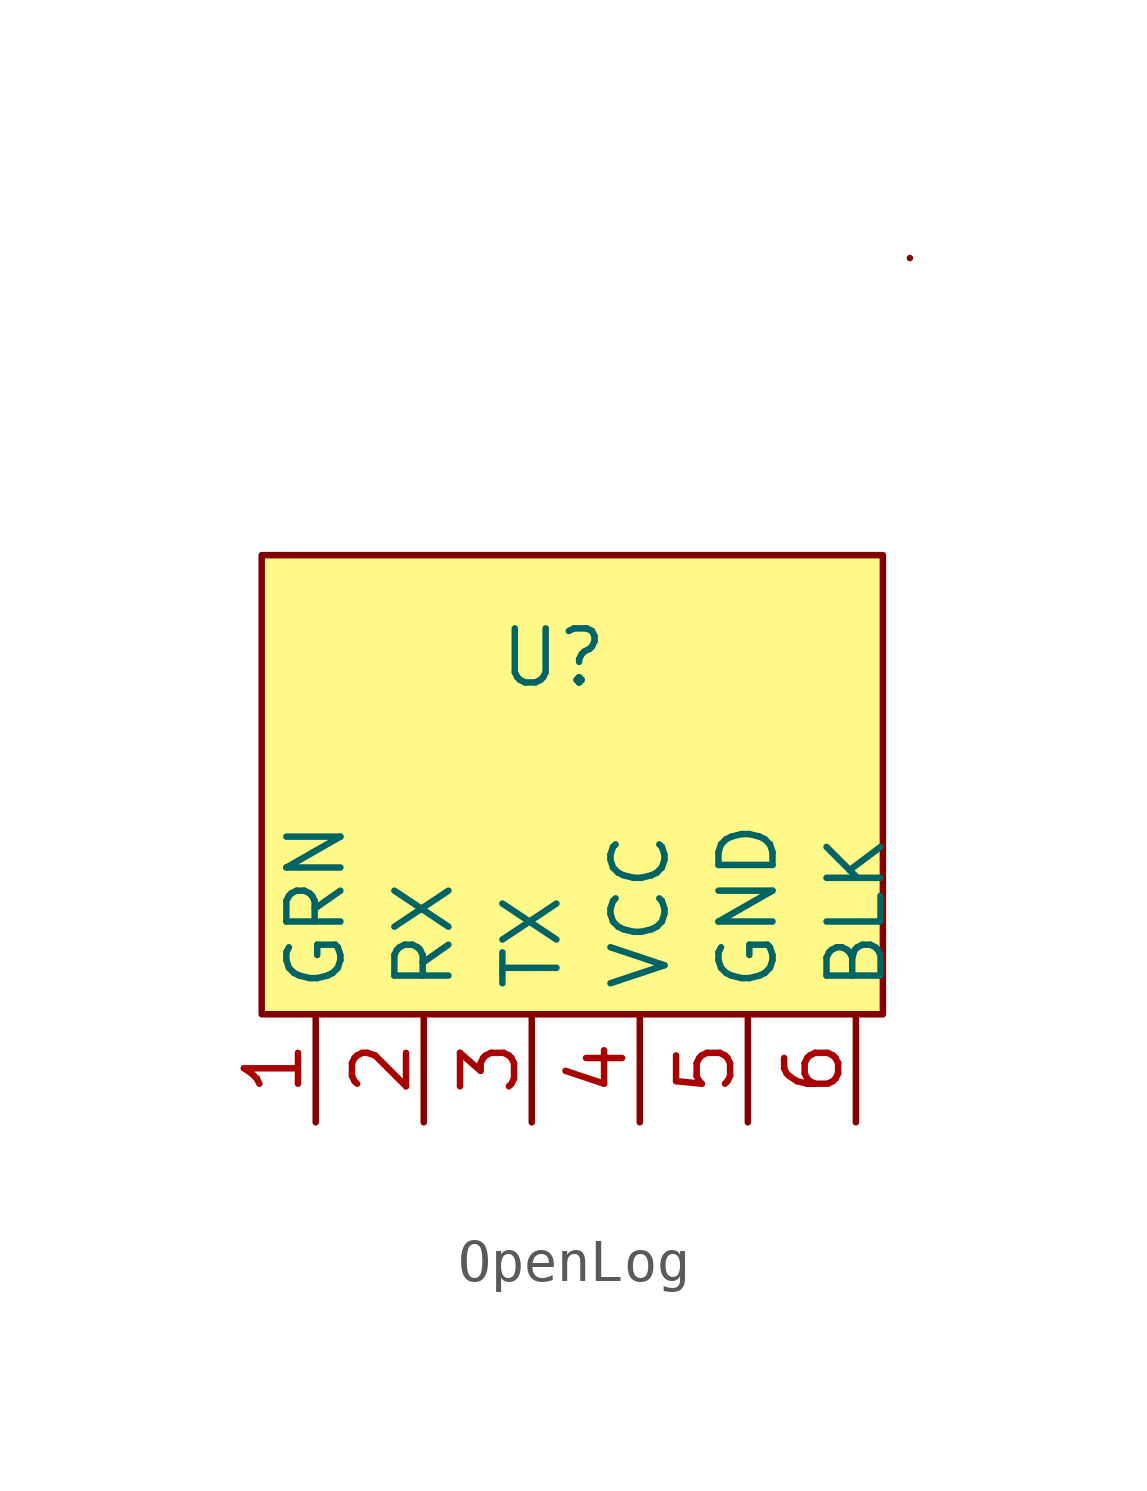
<source format=kicad_sym>
(kicad_symbol_lib
  (version 20241209)
  (generator "kicad_symbol_editor")
  (generator_version "9.0")
  (symbol "OpenLog"
    (property "Reference" "U"
      (at 1.778 0.762 0)
      (effects (font (size 1.27 1.27))))
    (property "Value" ""
      (at 0 0 0)
      (effects (font (size 1.27 1.27))))
    (symbol "OpenLog_0_1"
      (rectangle (start 10.16 10.16) (end 10.16 10.16) (stroke (width 0) (type default)) (fill (type none))))
    (symbol "OpenLog_1_1"
      (rectangle (start -5.08 3.175) (end 9.525 -7.62) (stroke (width 0) (type solid)) (fill (type color) (color 255 249 137 1)))
      (pin input line (at -3.81 -10.16 90) (length 2.54) (name "GRN" (effects (font (size 1.27 1.27)))) (number "1" (effects (font (size 1.27 1.27)))))
      (pin input line (at -1.27 -10.16 90) (length 2.54) (name "RX" (effects (font (size 1.27 1.27)))) (number "2" (effects (font (size 1.27 1.27)))))
      (pin input line (at 1.27 -10.16 90) (length 2.54) (name "TX" (effects (font (size 1.27 1.27)))) (number "3" (effects (font (size 1.27 1.27)))))
      (pin input line (at 3.81 -10.16 90) (length 2.54) (name "VCC" (effects (font (size 1.27 1.27)))) (number "4" (effects (font (size 1.27 1.27)))))
      (pin input line (at 6.35 -10.16 90) (length 2.54) (name "GND" (effects (font (size 1.27 1.27)))) (number "5" (effects (font (size 1.27 1.27)))))
      (pin input line (at 8.89 -10.16 90) (length 2.54) (name "BLK" (effects (font (size 1.27 1.27)))) (number "6" (effects (font (size 1.27 1.27))))))))
</source>
